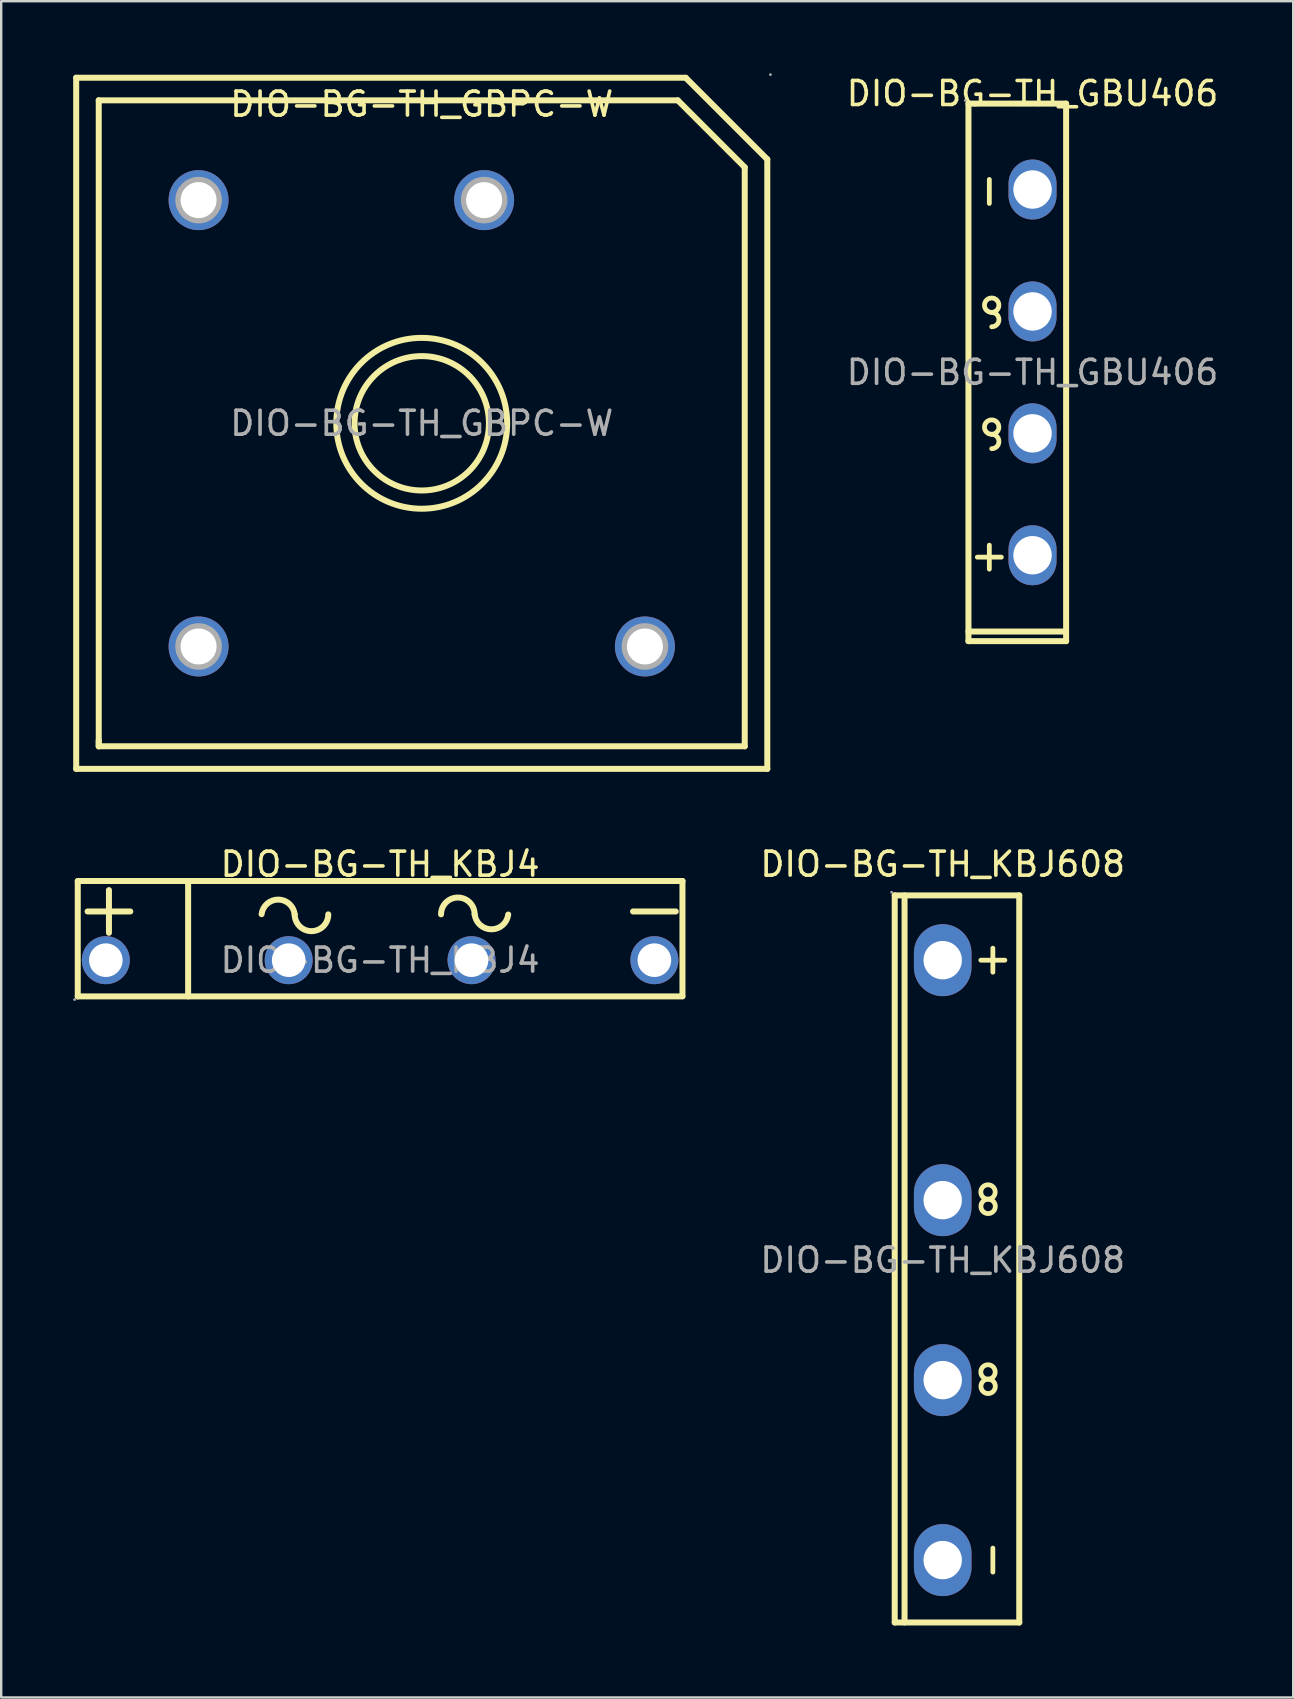
<source format=kicad_pcb>
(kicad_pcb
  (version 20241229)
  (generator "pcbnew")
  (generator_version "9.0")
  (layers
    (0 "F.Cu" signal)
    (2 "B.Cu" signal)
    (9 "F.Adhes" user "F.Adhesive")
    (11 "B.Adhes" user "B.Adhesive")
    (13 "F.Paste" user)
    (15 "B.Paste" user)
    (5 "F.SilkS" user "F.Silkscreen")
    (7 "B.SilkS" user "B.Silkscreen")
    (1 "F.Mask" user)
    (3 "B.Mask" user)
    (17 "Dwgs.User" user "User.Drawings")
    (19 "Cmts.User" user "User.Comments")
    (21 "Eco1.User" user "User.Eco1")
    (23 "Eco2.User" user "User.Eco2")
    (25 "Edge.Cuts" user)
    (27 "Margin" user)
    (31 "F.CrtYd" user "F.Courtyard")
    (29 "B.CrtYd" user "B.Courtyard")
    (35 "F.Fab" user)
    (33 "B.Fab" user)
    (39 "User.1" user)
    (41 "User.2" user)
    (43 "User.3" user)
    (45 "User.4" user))
  (footprint "DIO-BG-TH_GBU406"
    (layer "F.Cu")
    (at 39.978 12.468)
    (property "Reference" "DIO-BG-TH_GBU406" (at 0 -11.62 0) (layer "F.SilkS") (effects (font (size 1 1) (thickness 0.15))))
    (attr through_hole)
    (fp_line (start -2.67 -11.2) (end 1.4 -11.2) (stroke (width 0.25) (type solid)) (layer "F.SilkS"))
    (fp_line (start -2.67 10.8) (end 1.3 10.8) (stroke (width 0.25) (type solid)) (layer "F.SilkS"))
    (fp_line (start -2.67 11.2) (end -2.67 -11.2) (stroke (width 0.25) (type solid)) (layer "F.SilkS"))
    (fp_line (start -2.3 7.7) (end -1.3 7.7) (stroke (width 0.2) (type solid)) (layer "F.SilkS"))
    (fp_line (start -1.8 -7.04) (end -1.8 -8.04) (stroke (width 0.2) (type solid)) (layer "F.SilkS"))
    (fp_line (start -1.8 8.2) (end -1.8 7.2) (stroke (width 0.2) (type solid)) (layer "F.SilkS"))
    (fp_line (start 1.4 -11.2) (end 1.4 11.2) (stroke (width 0.25) (type solid)) (layer "F.SilkS"))
    (fp_line (start 1.4 11.2) (end -2.67 11.2) (stroke (width 0.25) (type solid)) (layer "F.SilkS"))
    (fp_arc (start -1.705236 -2.500046) (mid -1.697382 -3.099988) (end -1.7 -2.5) (stroke (width 0.2) (type solid)) (layer "F.SilkS"))
    (fp_arc (start -1.705236 2.579954) (mid -1.697382 1.980012) (end -1.7 2.58) (stroke (width 0.2) (type solid)) (layer "F.SilkS"))
    (fp_arc (start -1.7 -2.5) (mid -1.4 -2.2) (end -1.7 -1.9) (stroke (width 0.2) (type solid)) (layer "F.SilkS"))
    (fp_arc (start -1.7 2.58) (mid -1.4 2.88) (end -1.7 3.18) (stroke (width 0.2) (type solid)) (layer "F.SilkS"))
    (fp_circle (center -2.8 -11.33) (end -2.77 -11.33) (stroke (width 0.06) (type solid)) (fill no) (layer "F.Fab"))
    (fp_circle (center 0 -7.62) (end 0.35 -7.62) (stroke (width 0.7) (type solid)) (fill no) (layer "F.Fab"))
    (fp_circle (center 0 -2.54) (end 0.35 -2.54) (stroke (width 0.7) (type solid)) (fill no) (layer "F.Fab"))
    (fp_circle (center 0 2.54) (end 0.35 2.54) (stroke (width 0.7) (type solid)) (fill no) (layer "F.Fab"))
    (fp_circle (center 0 7.62) (end 0.35 7.62) (stroke (width 0.7) (type solid)) (fill no) (layer "F.Fab"))
    (fp_text user "${REFERENCE}" (at 0 0 0) (layer "F.Fab") (effects (font (size 1 1) (thickness 0.15))))
    (pad "1" thru_hole oval (at 0 -2.54 270) (size 2.5 2) (drill 1.6) (layers "*.Cu" "*.Paste" "*.Mask"))
    (pad "2" thru_hole oval (at 0 7.62 270) (size 2.5 2) (drill 1.6) (layers "*.Cu" "*.Paste" "*.Mask"))
    (pad "3" thru_hole oval (at 0 2.54 270) (size 2.5 2) (drill 1.6) (layers "*.Cu" "*.Paste" "*.Mask"))
    (pad "4" thru_hole oval (at 0 -7.62 270) (size 2.5 2) (drill 1.6) (layers "*.Cu" "*.Paste" "*.Mask")))
  (footprint "DIO-BG-TH_KBJ608"
    (layer "F.Cu")
    (at 36.235 49.463)
    (property "Reference" "DIO-BG-TH_KBJ608" (at 0 -16.5 0) (layer "F.SilkS") (effects (font (size 1 1) (thickness 0.15))))
    (attr through_hole)
    (fp_line (start -2 -15.2) (end -2 15.1) (stroke (width 0.25) (type solid)) (layer "F.SilkS"))
    (fp_line (start -2 15.1) (end 3.19 15.1) (stroke (width 0.25) (type solid)) (layer "F.SilkS"))
    (fp_line (start -1.59 15.1) (end -1.59 -15.2) (stroke (width 0.25) (type solid)) (layer "F.SilkS"))
    (fp_line (start 1.59 -12.5) (end 2.59 -12.5) (stroke (width 0.2) (type solid)) (layer "F.SilkS"))
    (fp_line (start 2.09 -12) (end 2.09 -13) (stroke (width 0.2) (type solid)) (layer "F.SilkS"))
    (fp_line (start 2.09 13) (end 2.09 12) (stroke (width 0.2) (type solid)) (layer "F.SilkS"))
    (fp_line (start 3.19 -15.2) (end -2 -15.2) (stroke (width 0.25) (type solid)) (layer "F.SilkS"))
    (fp_line (start 3.19 15.1) (end 3.19 -15.2) (stroke (width 0.25) (type solid)) (layer "F.SilkS"))
    (fp_arc (start 1.884764 -2.540046) (mid 1.892618 -3.139988) (end 1.89 -2.54) (stroke (width 0.2) (type solid)) (layer "F.SilkS"))
    (fp_arc (start 1.884764 4.959954) (mid 1.892618 4.360012) (end 1.89 4.96) (stroke (width 0.2) (type solid)) (layer "F.SilkS"))
    (fp_arc (start 1.895236 -2.539954) (mid 1.887382 -1.940012) (end 1.89 -2.54) (stroke (width 0.2) (type solid)) (layer "F.SilkS"))
    (fp_arc (start 1.895236 4.960046) (mid 1.887382 5.559988) (end 1.89 4.96) (stroke (width 0.2) (type solid)) (layer "F.SilkS"))
    (fp_circle (center -2.13 -15.33) (end -2.1 -15.33) (stroke (width 0.06) (type solid)) (fill no) (layer "F.Fab"))
    (fp_circle (center 0 -12.5) (end 0.35 -12.5) (stroke (width 0.7) (type solid)) (fill no) (layer "F.Fab"))
    (fp_circle (center 0 -2.5) (end 0.35 -2.5) (stroke (width 0.7) (type solid)) (fill no) (layer "F.Fab"))
    (fp_circle (center 0 5) (end 0.35 5) (stroke (width 0.7) (type solid)) (fill no) (layer "F.Fab"))
    (fp_circle (center 0 12.5) (end 0.35 12.5) (stroke (width 0.7) (type solid)) (fill no) (layer "F.Fab"))
    (fp_text user "${REFERENCE}" (at 0 0 0) (layer "F.Fab") (effects (font (size 1 1) (thickness 0.15))))
    (pad "1" thru_hole oval (at 0 -2.5 270) (size 3 2.4) (drill 1.6) (layers "*.Cu" "*.Paste" "*.Mask"))
    (pad "2" thru_hole oval (at 0 -12.5 270) (size 3 2.4) (drill 1.6) (layers "*.Cu" "*.Paste" "*.Mask"))
    (pad "3" thru_hole oval (at 0 5 270) (size 3 2.4) (drill 1.6) (layers "*.Cu" "*.Paste" "*.Mask"))
    (pad "4" thru_hole oval (at 0 12.5 270) (size 3 2.4) (drill 1.6) (layers "*.Cu" "*.Paste" "*.Mask")))
  (footprint "DIO-BG-TH_KBJ4"
    (layer "F.Cu")
    (at 12.79 36.963)
    (property "Reference" "DIO-BG-TH_KBJ4" (at 0 -4 0) (layer "F.SilkS") (effects (font (size 1 1) (thickness 0.15))))
    (attr through_hole)
    (fp_line (start -12.6 -3.3) (end 12.6 -3.3) (stroke (width 0.25) (type solid)) (layer "F.SilkS"))
    (fp_line (start -12.6 1.51) (end -12.6 -3.29) (stroke (width 0.25) (type solid)) (layer "F.SilkS"))
    (fp_line (start -12.19 -2.03) (end -10.41 -2.03) (stroke (width 0.25) (type solid)) (layer "F.SilkS"))
    (fp_line (start -11.3 -1.14) (end -11.3 -2.92) (stroke (width 0.25) (type solid)) (layer "F.SilkS"))
    (fp_line (start -8 1.51) (end -8 -3.29) (stroke (width 0.25) (type solid)) (layer "F.SilkS"))
    (fp_line (start 10.54 -2.03) (end 12.32 -2.03) (stroke (width 0.25) (type solid)) (layer "F.SilkS"))
    (fp_line (start 12.6 -3.3) (end 12.6 1.5) (stroke (width 0.25) (type solid)) (layer "F.SilkS"))
    (fp_line (start 12.6 1.51) (end -12.6 1.51) (stroke (width 0.25) (type solid)) (layer "F.SilkS"))
    (fp_arc (start -4.939316 -1.915694) (mid -4.247133 -2.524616) (end -3.56 -1.91) (stroke (width 0.25) (type solid)) (layer "F.SilkS"))
    (fp_arc (start -2.16 -1.91) (mid -2.86 -1.21) (end -3.56 -1.91) (stroke (width 0.25) (type solid)) (layer "F.SilkS"))
    (fp_arc (start 2.54 -1.91) (mid 3.24 -2.61) (end 3.94 -1.91) (stroke (width 0.25) (type solid)) (layer "F.SilkS"))
    (fp_arc (start 5.339031 -1.901937) (mid 4.635939 -1.285456) (end 3.94 -1.91) (stroke (width 0.25) (type solid)) (layer "F.SilkS"))
    (fp_circle (center -12.73 1.64) (end -12.7 1.64) (stroke (width 0.06) (type solid)) (fill no) (layer "F.Fab"))
    (fp_circle (center -11.43 0) (end -11.13 0) (stroke (width 0.6) (type solid)) (fill no) (layer "F.Fab"))
    (fp_circle (center -3.81 0) (end -3.51 0) (stroke (width 0.6) (type solid)) (fill no) (layer "F.Fab"))
    (fp_circle (center 3.81 0) (end 4.11 0) (stroke (width 0.6) (type solid)) (fill no) (layer "F.Fab"))
    (fp_circle (center 11.43 0) (end 11.73 0) (stroke (width 0.6) (type solid)) (fill no) (layer "F.Fab"))
    (fp_text user "${REFERENCE}" (at 0 0 0) (layer "F.Fab") (effects (font (size 1 1) (thickness 0.15))))
    (pad "1" thru_hole circle (at -11.43 0) (size 2 2) (drill 1.4) (layers "*.Cu" "*.Paste" "*.Mask"))
    (pad "2" thru_hole circle (at -3.81 0) (size 2 2) (drill 1.4) (layers "*.Cu" "*.Paste" "*.Mask"))
    (pad "3" thru_hole circle (at 3.81 0) (size 2 2) (drill 1.4) (layers "*.Cu" "*.Paste" "*.Mask"))
    (pad "4" thru_hole circle (at 11.43 0) (size 2 2) (drill 1.4) (layers "*.Cu" "*.Paste" "*.Mask")))
  (footprint "DIO-BG-TH_GBPC-W"
    (layer "F.Cu")
    (at 14.525 14.59)
    (property "Reference" "DIO-BG-TH_GBPC-W" (at 0 -13.3 0) (layer "F.SilkS") (effects (font (size 1 1) (thickness 0.15))))
    (attr through_hole)
    (fp_line (start -14.4 14.4) (end -14.4 -14.4) (stroke (width 0.25) (type solid)) (layer "F.SilkS"))
    (fp_line (start -14.4 14.4) (end 14.4 14.4) (stroke (width 0.25) (type solid)) (layer "F.SilkS"))
    (fp_line (start -13.46 -13.46) (end 10.67 -13.46) (stroke (width 0.25) (type solid)) (layer "F.SilkS"))
    (fp_line (start -13.46 13.46) (end -13.46 -13.46) (stroke (width 0.25) (type solid)) (layer "F.SilkS"))
    (fp_line (start -13.46 13.46) (end -13.46 13.21) (stroke (width 0.25) (type solid)) (layer "F.SilkS"))
    (fp_line (start 10.67 -13.46) (end 13.46 -10.67) (stroke (width 0.25) (type solid)) (layer "F.SilkS"))
    (fp_line (start 11 -14.4) (end -14.4 -14.4) (stroke (width 0.25) (type solid)) (layer "F.SilkS"))
    (fp_line (start 11 -14.4) (end 14.4 -11) (stroke (width 0.25) (type solid)) (layer "F.SilkS"))
    (fp_line (start 13.46 -10.67) (end 13.46 13.46) (stroke (width 0.25) (type solid)) (layer "F.SilkS"))
    (fp_line (start 13.46 13.46) (end -13.46 13.46) (stroke (width 0.25) (type solid)) (layer "F.SilkS"))
    (fp_line (start 14.4 14.4) (end 14.4 -11) (stroke (width 0.25) (type solid)) (layer "F.SilkS"))
    (fp_circle (center 0 0) (end 2.8 0) (stroke (width 0.25) (type solid)) (fill no) (layer "F.SilkS"))
    (fp_circle (center 0 0) (end 3.56 0) (stroke (width 0.25) (type solid)) (fill no) (layer "F.SilkS"))
    (fp_circle (center -9.3 -9.3) (end -8.98 -9.3) (stroke (width 0.65) (type solid)) (fill no) (layer "F.Fab"))
    (fp_circle (center -9.3 9.3) (end -8.98 9.3) (stroke (width 0.65) (type solid)) (fill no) (layer "F.Fab"))
    (fp_circle (center 2.6 -9.3) (end 2.92 -9.3) (stroke (width 0.65) (type solid)) (fill no) (layer "F.Fab"))
    (fp_circle (center 9.3 9.3) (end 9.62 9.3) (stroke (width 0.65) (type solid)) (fill no) (layer "F.Fab"))
    (fp_circle (center 14.53 -14.53) (end 14.56 -14.53) (stroke (width 0.06) (type solid)) (fill no) (layer "F.Fab"))
    (fp_text user "${REFERENCE}" (at 0 0 0) (layer "F.Fab") (effects (font (size 1 1) (thickness 0.15))))
    (pad "1" thru_hole circle (at 2.6 -9.3) (size 2.5 2.5) (drill 1.5) (layers "*.Cu" "*.Paste" "*.Mask"))
    (pad "2" thru_hole circle (at 9.3 9.3) (size 2.5 2.5) (drill 1.5) (layers "*.Cu" "*.Paste" "*.Mask"))
    (pad "3" thru_hole circle (at -9.3 9.3) (size 2.5 2.5) (drill 1.5) (layers "*.Cu" "*.Paste" "*.Mask"))
    (pad "4" thru_hole circle (at -9.3 -9.3) (size 2.5 2.5) (drill 1.5) (layers "*.Cu" "*.Paste" "*.Mask")))
  (gr_rect
    (start -3 -3)
    (end 50.841 67.688)
    (stroke (width 0.1) (type default))
    (fill no)
    (layer "Edge.Cuts")))
</source>
